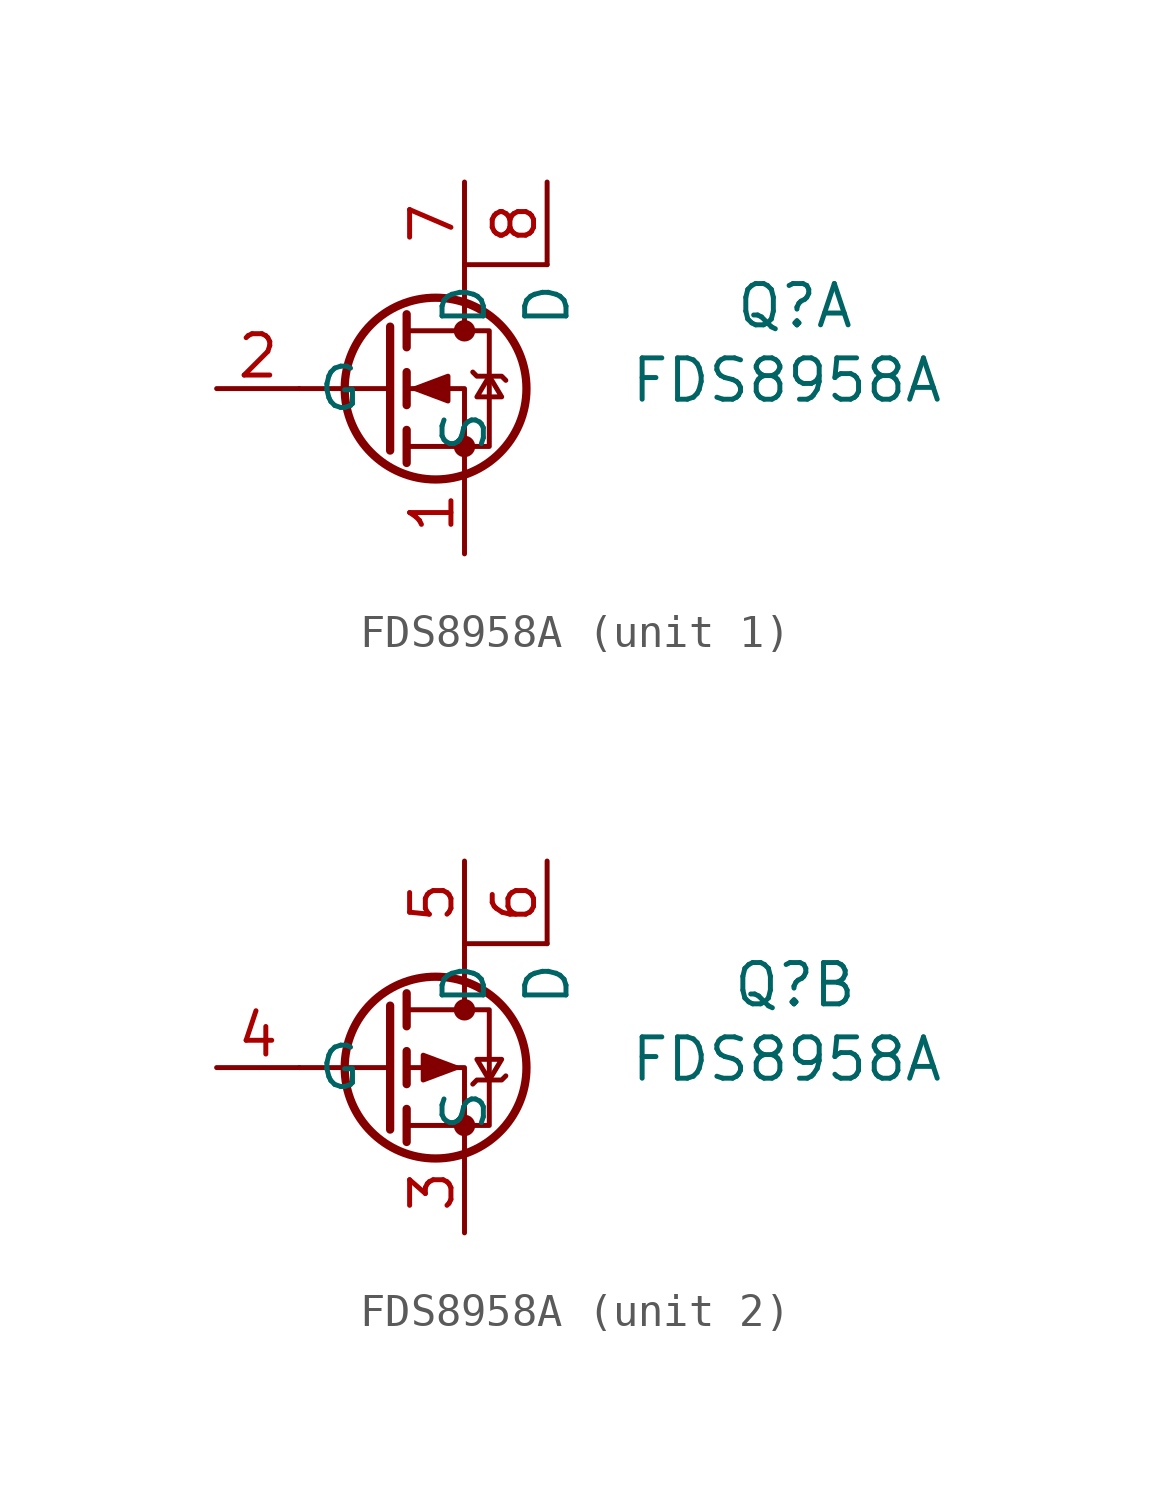
<source format=kicad_sym>
(kicad_symbol_lib
  (version 20241209)
  (generator "kicad_symbol_editor")
  (generator_version "9.0")
  (symbol "FDS8958A"
    (property "Reference" "Q"
      (at 10.16 2.54 0)
      (effects (font (size 1.27 1.27))))
    (property "Value" "FDS8958A"
      (at 9.906 0.254 0)
      (effects (font (size 1.27 1.27))))
    (property "ki_locked" ""
      (at 0 0 0)
      (effects (font (size 1.27 1.27))))
    (symbol "FDS8958A_1_1"
      (polyline (pts (xy -2.286 1.905) (xy -2.286 -1.905)) (stroke (width 0.254) (type default)) (fill (type none)))
      (polyline (pts (xy -2.286 0) (xy -5.08 0)) (stroke (width 0) (type solid)) (fill (type none)))
      (polyline (pts (xy -1.778 2.286) (xy -1.778 1.27)) (stroke (width 0.254) (type default)) (fill (type none)))
      (polyline (pts (xy -1.778 0.508) (xy -1.778 -0.508)) (stroke (width 0.254) (type default)) (fill (type none)))
      (polyline (pts (xy -1.778 -1.27) (xy -1.778 -2.286)) (stroke (width 0.254) (type default)) (fill (type none)))
      (polyline (pts (xy -1.778 -1.778) (xy 0.762 -1.778) (xy 0.762 1.778) (xy -1.778 1.778)) (stroke (width 0) (type default)) (fill (type none)))
      (polyline (pts (xy -1.524 0) (xy -0.508 0.381) (xy -0.508 -0.381) (xy -1.524 0)) (stroke (width 0) (type solid)) (fill (type outline)))
      (circle (center -0.889 0) (radius 2.794) (stroke (width 0.254) (type default)) (fill (type none)))
      (polyline (pts (xy 0 2.54) (xy 0 1.778)) (stroke (width 0) (type default)) (fill (type none)))
      (polyline (pts (xy 0 2.54) (xy 0 3.81) (xy 2.54 3.81)) (stroke (width 0) (type default)) (fill (type none)))
      (circle (center 0 1.778) (radius 0.254) (stroke (width 0) (type default)) (fill (type outline)))
      (circle (center 0 -1.778) (radius 0.254) (stroke (width 0) (type default)) (fill (type outline)))
      (polyline (pts (xy 0 -2.54) (xy 0 0) (xy -1.778 0)) (stroke (width 0) (type default)) (fill (type none)))
      (polyline (pts (xy 0.254 0.508) (xy 0.381 0.381) (xy 1.143 0.381) (xy 1.27 0.254)) (stroke (width 0) (type default)) (fill (type none)))
      (polyline (pts (xy 0.762 0.381) (xy 0.381 -0.254) (xy 1.143 -0.254) (xy 0.762 0.381)) (stroke (width 0) (type default)) (fill (type none)))
      (pin input line (at -7.62 0 0) (length 2.54) (name "G" (effects (font (size 1.27 1.27)))) (number "2" (effects (font (size 1.27 1.27)))))
      (pin passive line (at 0 6.35 270) (length 2.54) (name "D" (effects (font (size 1.27 1.27)))) (number "7" (effects (font (size 1.27 1.27)))))
      (pin passive line (at 0 -5.08 90) (length 2.54) (name "S" (effects (font (size 1.27 1.27)))) (number "1" (effects (font (size 1.27 1.27)))))
      (pin passive line (at 2.54 6.35 270) (length 2.54) (name "D" (effects (font (size 1.27 1.27)))) (number "8" (effects (font (size 1.27 1.27))))))
    (symbol "FDS8958A_2_1"
      (polyline (pts (xy -2.286 1.905) (xy -2.286 -1.905)) (stroke (width 0.254) (type default)) (fill (type none)))
      (polyline (pts (xy -2.286 0) (xy -5.08 0)) (stroke (width 0) (type default)) (fill (type none)))
      (polyline (pts (xy -1.778 2.286) (xy -1.778 1.27)) (stroke (width 0.254) (type default)) (fill (type none)))
      (polyline (pts (xy -1.778 1.778) (xy 0.762 1.778) (xy 0.762 -1.778) (xy -1.778 -1.778)) (stroke (width 0) (type default)) (fill (type none)))
      (polyline (pts (xy -1.778 0.508) (xy -1.778 -0.508)) (stroke (width 0.254) (type default)) (fill (type none)))
      (polyline (pts (xy -1.778 -1.27) (xy -1.778 -2.286)) (stroke (width 0.254) (type default)) (fill (type none)))
      (circle (center -0.889 0) (radius 2.794) (stroke (width 0.254) (type default)) (fill (type none)))
      (polyline (pts (xy -0.254 0) (xy -1.27 0.381) (xy -1.27 -0.381) (xy -0.254 0)) (stroke (width 0) (type default)) (fill (type outline)))
      (polyline (pts (xy 0 2.54) (xy 0 1.778)) (stroke (width 0) (type default)) (fill (type none)))
      (polyline (pts (xy 0 2.54) (xy 0 3.81) (xy 2.54 3.81)) (stroke (width 0) (type default)) (fill (type none)))
      (circle (center 0 1.778) (radius 0.254) (stroke (width 0) (type default)) (fill (type outline)))
      (circle (center 0 -1.778) (radius 0.254) (stroke (width 0) (type default)) (fill (type outline)))
      (polyline (pts (xy 0 -2.54) (xy 0 0) (xy -1.778 0)) (stroke (width 0) (type default)) (fill (type none)))
      (polyline (pts (xy 0.254 -0.508) (xy 0.381 -0.381) (xy 1.143 -0.381) (xy 1.27 -0.254)) (stroke (width 0) (type default)) (fill (type none)))
      (polyline (pts (xy 0.762 -0.381) (xy 0.381 0.254) (xy 1.143 0.254) (xy 0.762 -0.381)) (stroke (width 0) (type default)) (fill (type none)))
      (pin input line (at -7.62 0 0) (length 2.54) (name "G" (effects (font (size 1.27 1.27)))) (number "4" (effects (font (size 1.27 1.27)))))
      (pin passive line (at 0 6.35 270) (length 2.54) (name "D" (effects (font (size 1.27 1.27)))) (number "5" (effects (font (size 1.27 1.27)))))
      (pin passive line (at 0 -5.08 90) (length 2.54) (name "S" (effects (font (size 1.27 1.27)))) (number "3" (effects (font (size 1.27 1.27)))))
      (pin passive line (at 2.54 6.35 270) (length 2.54) (name "D" (effects (font (size 1.27 1.27)))) (number "6" (effects (font (size 1.27 1.27))))))))
</source>
